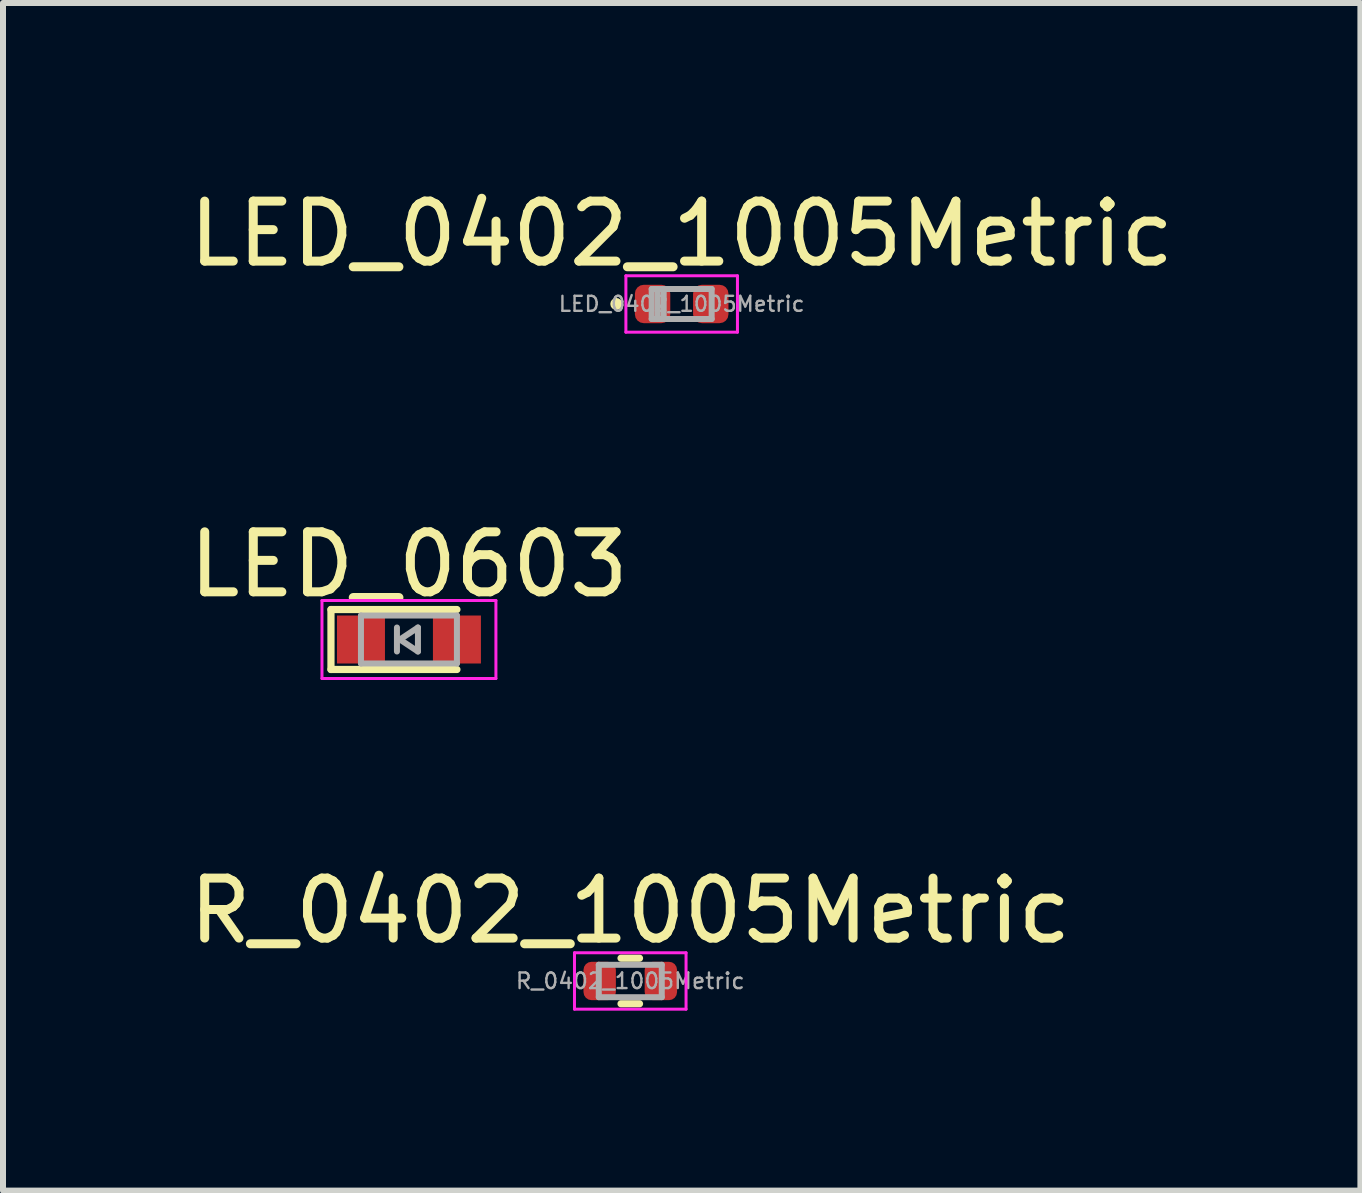
<source format=kicad_pcb>
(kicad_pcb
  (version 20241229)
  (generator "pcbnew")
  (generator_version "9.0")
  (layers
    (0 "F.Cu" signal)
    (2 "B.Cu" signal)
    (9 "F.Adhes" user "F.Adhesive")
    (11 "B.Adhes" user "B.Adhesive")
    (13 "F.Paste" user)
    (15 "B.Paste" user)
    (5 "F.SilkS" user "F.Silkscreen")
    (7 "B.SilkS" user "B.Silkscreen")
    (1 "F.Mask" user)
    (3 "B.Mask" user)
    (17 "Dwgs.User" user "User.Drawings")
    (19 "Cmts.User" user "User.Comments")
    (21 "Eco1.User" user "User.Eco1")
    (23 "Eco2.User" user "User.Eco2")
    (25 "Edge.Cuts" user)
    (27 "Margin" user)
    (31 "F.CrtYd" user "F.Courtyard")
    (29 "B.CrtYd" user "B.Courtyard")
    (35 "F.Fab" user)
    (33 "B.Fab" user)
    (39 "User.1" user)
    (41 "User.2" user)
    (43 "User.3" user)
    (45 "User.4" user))
  (footprint "LED_0603"
    (layer "F.Cu")
    (at 3.768 7.612)
    (property "Reference" "LED_0603" (at 0 -1.25 0) (layer "F.SilkS") (effects (font (size 1 1) (thickness 0.15))))
    (attr smd)
    (fp_line (start -1.3 -0.5) (end -1.3 0.5) (stroke (width 0.12) (type solid)) (layer "F.SilkS"))
    (fp_line (start -1.3 -0.5) (end 0.8 -0.5) (stroke (width 0.12) (type solid)) (layer "F.SilkS"))
    (fp_line (start -1.3 0.5) (end 0.8 0.5) (stroke (width 0.12) (type solid)) (layer "F.SilkS"))
    (fp_line (start -1.45 -0.65) (end 1.45 -0.65) (stroke (width 0.05) (type solid)) (layer "F.CrtYd"))
    (fp_line (start -1.45 0.65) (end -1.45 -0.65) (stroke (width 0.05) (type solid)) (layer "F.CrtYd"))
    (fp_line (start 1.45 -0.65) (end 1.45 0.65) (stroke (width 0.05) (type solid)) (layer "F.CrtYd"))
    (fp_line (start 1.45 0.65) (end -1.45 0.65) (stroke (width 0.05) (type solid)) (layer "F.CrtYd"))
    (fp_line (start -0.8 -0.4) (end 0.8 -0.4) (stroke (width 0.1) (type solid)) (layer "F.Fab"))
    (fp_line (start -0.8 0.4) (end -0.8 -0.4) (stroke (width 0.1) (type solid)) (layer "F.Fab"))
    (fp_line (start -0.2 -0.2) (end -0.2 0.2) (stroke (width 0.1) (type solid)) (layer "F.Fab"))
    (fp_line (start -0.15 0) (end 0.15 -0.2) (stroke (width 0.1) (type solid)) (layer "F.Fab"))
    (fp_line (start 0.15 -0.2) (end 0.15 0.2) (stroke (width 0.1) (type solid)) (layer "F.Fab"))
    (fp_line (start 0.15 0.2) (end -0.15 0) (stroke (width 0.1) (type solid)) (layer "F.Fab"))
    (fp_line (start 0.8 -0.4) (end 0.8 0.4) (stroke (width 0.1) (type solid)) (layer "F.Fab"))
    (fp_line (start 0.8 0.4) (end -0.8 0.4) (stroke (width 0.1) (type solid)) (layer "F.Fab"))
    (pad "1" smd rect (at -0.8 0 180) (size 0.8 0.8) (layers "F.Cu" "F.Mask" "F.Paste"))
    (pad "2" smd rect (at 0.8 0 180) (size 0.8 0.8) (layers "F.Cu" "F.Mask" "F.Paste")))
  (footprint "R_0402_1005Metric"
    (layer "F.Cu")
    (at 7.458 13.305)
    (property "Reference" "R_0402_1005Metric" (at 0 -1.17 180) (layer "F.SilkS") (effects (font (size 1 1) (thickness 0.15))))
    (attr smd)
    (fp_line (start -0.154 -0.38) (end 0.154 -0.38) (stroke (width 0.12) (type solid)) (layer "F.SilkS"))
    (fp_line (start -0.154 0.38) (end 0.154 0.38) (stroke (width 0.12) (type solid)) (layer "F.SilkS"))
    (fp_line (start -0.93 -0.47) (end 0.93 -0.47) (stroke (width 0.05) (type solid)) (layer "F.CrtYd"))
    (fp_line (start -0.93 0.47) (end -0.93 -0.47) (stroke (width 0.05) (type solid)) (layer "F.CrtYd"))
    (fp_line (start 0.93 -0.47) (end 0.93 0.47) (stroke (width 0.05) (type solid)) (layer "F.CrtYd"))
    (fp_line (start 0.93 0.47) (end -0.93 0.47) (stroke (width 0.05) (type solid)) (layer "F.CrtYd"))
    (fp_line (start -0.525 -0.27) (end 0.525 -0.27) (stroke (width 0.1) (type solid)) (layer "F.Fab"))
    (fp_line (start -0.525 0.27) (end -0.525 -0.27) (stroke (width 0.1) (type solid)) (layer "F.Fab"))
    (fp_line (start 0.525 -0.27) (end 0.525 0.27) (stroke (width 0.1) (type solid)) (layer "F.Fab"))
    (fp_line (start 0.525 0.27) (end -0.525 0.27) (stroke (width 0.1) (type solid)) (layer "F.Fab"))
    (fp_text user "${REFERENCE}" (at 0 0 180) (layer "F.Fab") (effects (font (size 0.26 0.26) (thickness 0.04))))
    (pad "1" smd roundrect (at -0.51 0) (size 0.54 0.64) (layers "F.Cu" "F.Mask" "F.Paste") (roundrect_rratio 0.25))
    (pad "2" smd roundrect (at 0.51 0) (size 0.54 0.64) (layers "F.Cu" "F.Mask" "F.Paste") (roundrect_rratio 0.25)))
  (footprint "LED_0402_1005Metric"
    (layer "F.Cu")
    (at 8.315 2.018)
    (property "Reference" "LED_0402_1005Metric" (at 0 -1.17 180) (layer "F.SilkS") (effects (font (size 1 1) (thickness 0.15))))
    (attr smd)
    (fp_circle (center -1.09 0) (end -1.04 0) (stroke (width 0.1) (type solid)) (fill no) (layer "F.SilkS"))
    (fp_line (start -0.93 -0.47) (end 0.93 -0.47) (stroke (width 0.05) (type solid)) (layer "F.CrtYd"))
    (fp_line (start -0.93 0.47) (end -0.93 -0.47) (stroke (width 0.05) (type solid)) (layer "F.CrtYd"))
    (fp_line (start 0.93 -0.47) (end 0.93 0.47) (stroke (width 0.05) (type solid)) (layer "F.CrtYd"))
    (fp_line (start 0.93 0.47) (end -0.93 0.47) (stroke (width 0.05) (type solid)) (layer "F.CrtYd"))
    (fp_line (start -0.5 -0.25) (end 0.5 -0.25) (stroke (width 0.1) (type solid)) (layer "F.Fab"))
    (fp_line (start -0.5 0.25) (end -0.5 -0.25) (stroke (width 0.1) (type solid)) (layer "F.Fab"))
    (fp_line (start -0.4 0.25) (end -0.4 -0.25) (stroke (width 0.1) (type solid)) (layer "F.Fab"))
    (fp_line (start -0.3 0.25) (end -0.3 -0.25) (stroke (width 0.1) (type solid)) (layer "F.Fab"))
    (fp_line (start 0.5 -0.25) (end 0.5 0.25) (stroke (width 0.1) (type solid)) (layer "F.Fab"))
    (fp_line (start 0.5 0.25) (end -0.5 0.25) (stroke (width 0.1) (type solid)) (layer "F.Fab"))
    (fp_text user "${REFERENCE}" (at 0 0 180) (layer "F.Fab") (effects (font (size 0.25 0.25) (thickness 0.04))))
    (pad "1" smd roundrect (at -0.485 0) (size 0.59 0.64) (layers "F.Cu" "F.Mask" "F.Paste") (roundrect_rratio 0.25))
    (pad "2" smd roundrect (at 0.485 0) (size 0.59 0.64) (layers "F.Cu" "F.Mask" "F.Paste") (roundrect_rratio 0.25)))
  (gr_rect
    (start -3 -3)
    (end 19.631 16.8)
    (stroke (width 0.1) (type default))
    (fill no)
    (layer "Edge.Cuts")))
</source>
